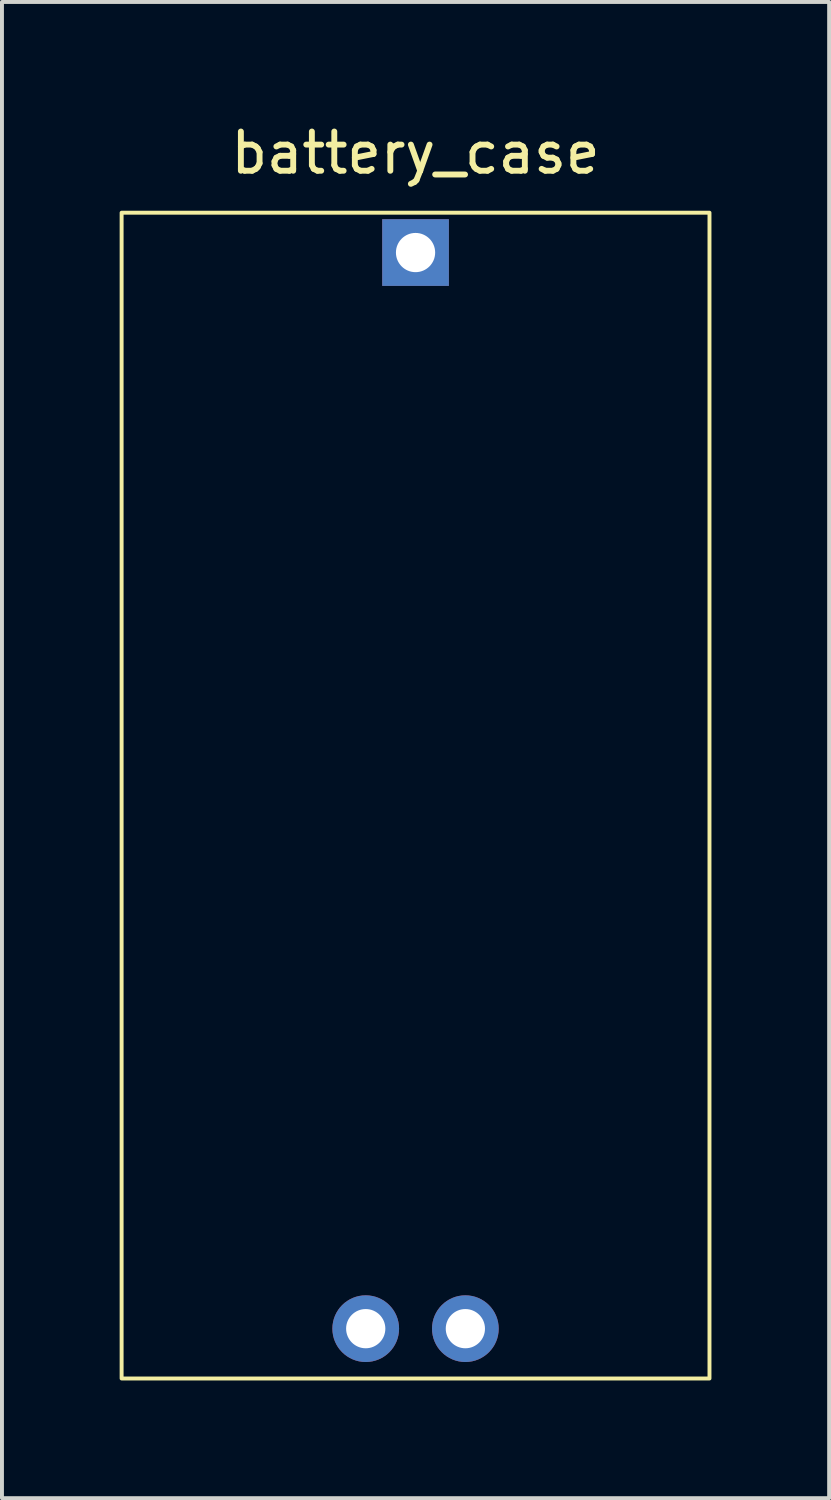
<source format=kicad_pcb>
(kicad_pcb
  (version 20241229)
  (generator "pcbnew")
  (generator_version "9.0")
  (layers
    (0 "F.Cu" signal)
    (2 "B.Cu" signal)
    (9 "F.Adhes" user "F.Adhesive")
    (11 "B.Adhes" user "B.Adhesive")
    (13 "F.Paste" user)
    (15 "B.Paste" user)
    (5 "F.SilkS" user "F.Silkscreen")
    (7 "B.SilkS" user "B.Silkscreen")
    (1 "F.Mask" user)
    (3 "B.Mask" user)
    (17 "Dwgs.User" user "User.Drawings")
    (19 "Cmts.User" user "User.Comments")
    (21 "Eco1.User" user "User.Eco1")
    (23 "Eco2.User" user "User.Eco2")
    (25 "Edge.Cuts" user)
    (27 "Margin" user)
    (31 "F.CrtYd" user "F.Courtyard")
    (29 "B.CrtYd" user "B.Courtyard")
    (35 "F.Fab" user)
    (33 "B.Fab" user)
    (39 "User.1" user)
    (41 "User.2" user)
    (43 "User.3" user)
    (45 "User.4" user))
  (footprint "battery_case"
    (layer "F.Cu")
    (at 7.543 3.388)
    (property "Reference" "battery_case" (at 0 -2.54 0) (layer "F.SilkS") (effects (font (size 1 1) (thickness 0.15))))
    (attr through_hole)
    (fp_rect (start -7.493 -1.016) (end 7.493 28.702) (stroke (width 0.1) (type default)) (fill no) (layer "F.SilkS"))
    (pad "1" thru_hole rect (at 0 0) (size 1.7 1.7) (drill 1) (layers "*.Cu" "*.Mask"))
    (pad "12" thru_hole oval (at -1.27 27.432) (size 1.7 1.7) (drill 1) (layers "*.Cu" "*.Mask"))
    (pad "12" thru_hole oval (at 1.27 27.432) (size 1.7 1.7) (drill 1) (layers "*.Cu" "*.Mask")))
  (gr_rect
    (start -3 -3)
    (end 18.086 35.14)
    (stroke (width 0.1) (type default))
    (fill no)
    (layer "Edge.Cuts")))
</source>
